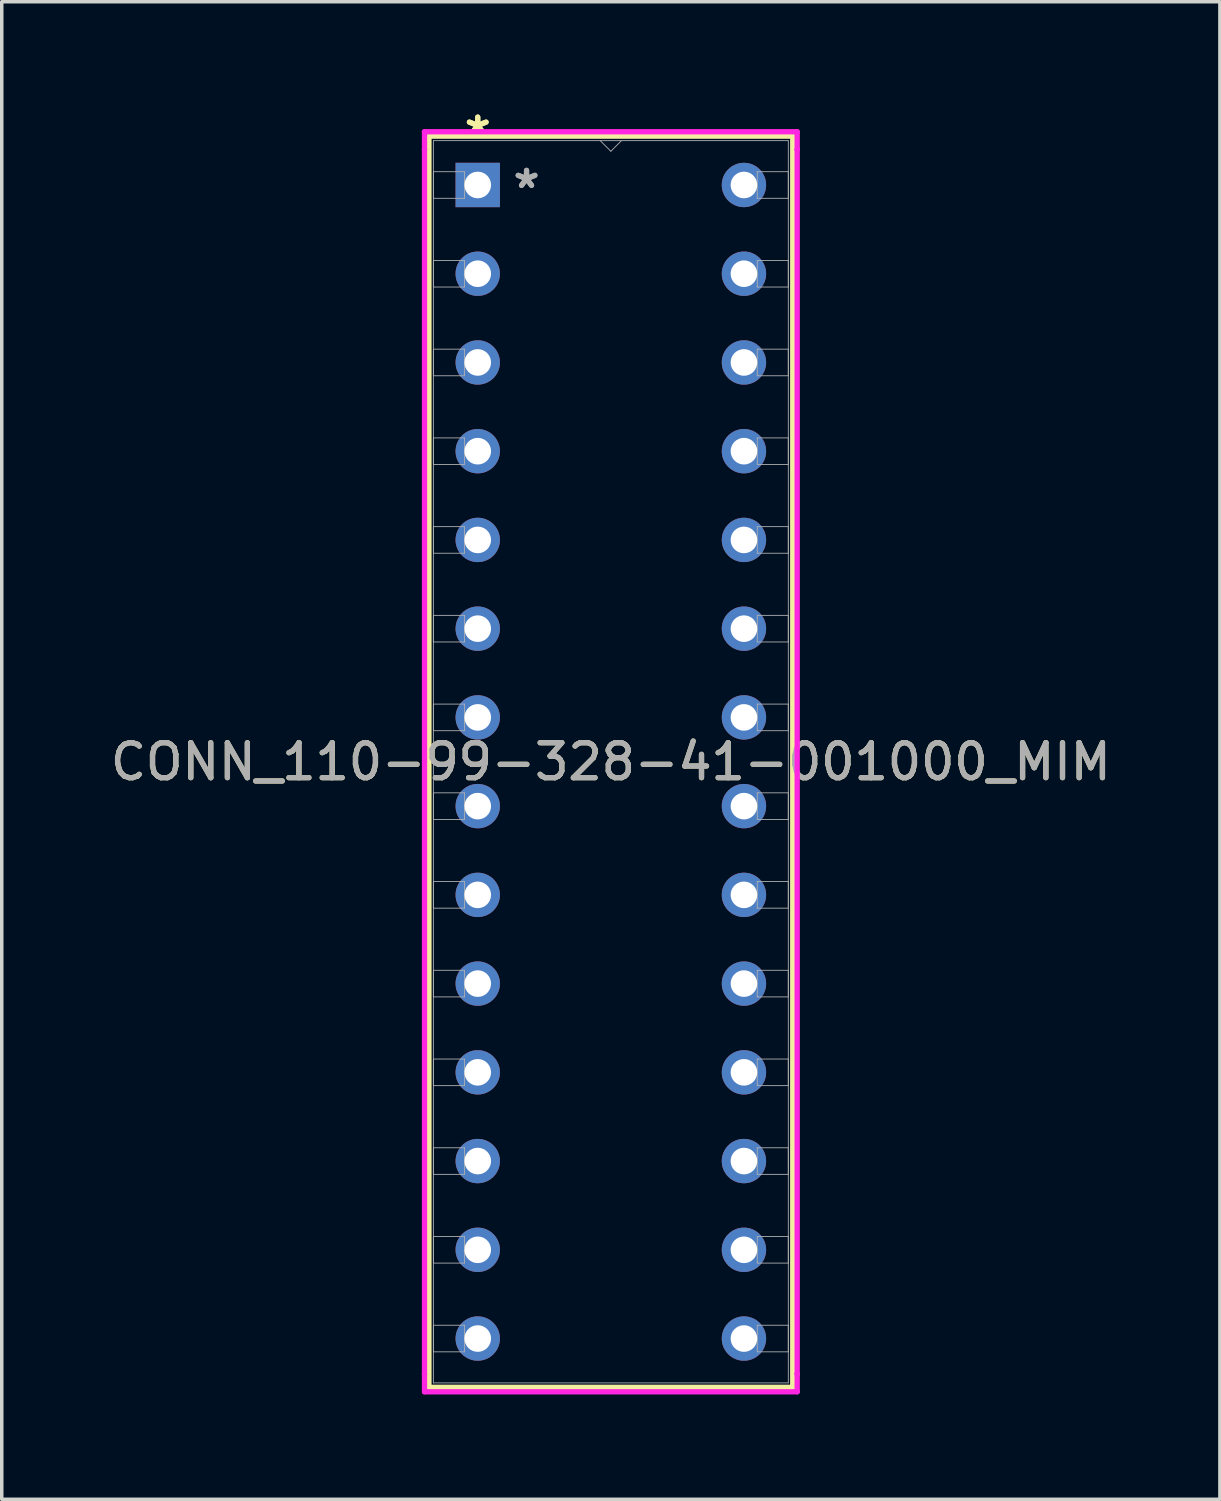
<source format=kicad_pcb>
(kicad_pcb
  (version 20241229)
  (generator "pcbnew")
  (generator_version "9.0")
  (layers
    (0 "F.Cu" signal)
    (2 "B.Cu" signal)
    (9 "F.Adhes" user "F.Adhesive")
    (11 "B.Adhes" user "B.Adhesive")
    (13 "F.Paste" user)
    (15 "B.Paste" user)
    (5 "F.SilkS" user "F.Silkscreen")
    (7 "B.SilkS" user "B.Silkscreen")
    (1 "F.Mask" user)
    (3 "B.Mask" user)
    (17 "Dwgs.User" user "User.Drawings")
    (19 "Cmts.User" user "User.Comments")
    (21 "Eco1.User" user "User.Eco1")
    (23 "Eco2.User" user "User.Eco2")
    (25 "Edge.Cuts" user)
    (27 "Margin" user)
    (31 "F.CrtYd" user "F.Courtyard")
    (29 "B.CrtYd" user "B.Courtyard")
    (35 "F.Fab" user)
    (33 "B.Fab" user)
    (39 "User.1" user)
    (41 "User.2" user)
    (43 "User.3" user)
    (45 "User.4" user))
  (footprint "CONN_110-99-328-41-001000_MIM"
    (layer "F.Cu")
    (at 10.625 2.245)
    (property "Reference" "CONN_110-99-328-41-001000_MIM" (at 3.81 16.51 0) (unlocked yes) (layer "F.SilkS") (effects (font (size 1 1) (thickness 0.15))))
    (attr through_hole)
    (fp_line (start -1.397 -1.397) (end -1.397 34.417) (stroke (width 0.152) (type solid)) (layer "F.SilkS"))
    (fp_line (start -1.397 34.417) (end 9.017 34.417) (stroke (width 0.152) (type solid)) (layer "F.SilkS"))
    (fp_line (start 9.017 -1.397) (end -1.397 -1.397) (stroke (width 0.152) (type solid)) (layer "F.SilkS"))
    (fp_line (start 9.017 34.417) (end 9.017 -1.397) (stroke (width 0.152) (type solid)) (layer "F.SilkS"))
    (fp_line (start -1.524 -1.524) (end 9.144 -1.524) (stroke (width 0.152) (type solid)) (layer "F.CrtYd"))
    (fp_line (start -1.524 -1.016) (end -1.524 -1.524) (stroke (width 0.152) (type solid)) (layer "F.CrtYd"))
    (fp_line (start -1.524 -1.016) (end -1.524 -1.016) (stroke (width 0.152) (type solid)) (layer "F.CrtYd"))
    (fp_line (start -1.524 34.036) (end -1.524 -1.016) (stroke (width 0.152) (type solid)) (layer "F.CrtYd"))
    (fp_line (start -1.524 34.036) (end -1.524 34.036) (stroke (width 0.152) (type solid)) (layer "F.CrtYd"))
    (fp_line (start -1.524 34.544) (end -1.524 34.036) (stroke (width 0.152) (type solid)) (layer "F.CrtYd"))
    (fp_line (start 9.144 -1.524) (end 9.144 -1.016) (stroke (width 0.152) (type solid)) (layer "F.CrtYd"))
    (fp_line (start 9.144 -1.016) (end 9.144 -1.016) (stroke (width 0.152) (type solid)) (layer "F.CrtYd"))
    (fp_line (start 9.144 -1.016) (end 9.144 34.036) (stroke (width 0.152) (type solid)) (layer "F.CrtYd"))
    (fp_line (start 9.144 34.036) (end 9.144 34.036) (stroke (width 0.152) (type solid)) (layer "F.CrtYd"))
    (fp_line (start 9.144 34.036) (end 9.144 34.544) (stroke (width 0.152) (type solid)) (layer "F.CrtYd"))
    (fp_line (start 9.144 34.544) (end -1.524 34.544) (stroke (width 0.152) (type solid)) (layer "F.CrtYd"))
    (fp_line (start -1.27 -1.27) (end -1.27 34.29) (stroke (width 0.025) (type solid)) (layer "F.Fab"))
    (fp_line (start -1.27 -0.381) (end -0.381 -0.381) (stroke (width 0.025) (type solid)) (layer "F.Fab"))
    (fp_line (start -1.27 0.381) (end -1.27 -0.381) (stroke (width 0.025) (type solid)) (layer "F.Fab"))
    (fp_line (start -1.27 2.159) (end -0.381 2.159) (stroke (width 0.025) (type solid)) (layer "F.Fab"))
    (fp_line (start -1.27 2.921) (end -1.27 2.159) (stroke (width 0.025) (type solid)) (layer "F.Fab"))
    (fp_line (start -1.27 4.699) (end -0.381 4.699) (stroke (width 0.025) (type solid)) (layer "F.Fab"))
    (fp_line (start -1.27 5.461) (end -1.27 4.699) (stroke (width 0.025) (type solid)) (layer "F.Fab"))
    (fp_line (start -1.27 7.239) (end -0.381 7.239) (stroke (width 0.025) (type solid)) (layer "F.Fab"))
    (fp_line (start -1.27 8.001) (end -1.27 7.239) (stroke (width 0.025) (type solid)) (layer "F.Fab"))
    (fp_line (start -1.27 9.779) (end -0.381 9.779) (stroke (width 0.025) (type solid)) (layer "F.Fab"))
    (fp_line (start -1.27 10.541) (end -1.27 9.779) (stroke (width 0.025) (type solid)) (layer "F.Fab"))
    (fp_line (start -1.27 12.319) (end -0.381 12.319) (stroke (width 0.025) (type solid)) (layer "F.Fab"))
    (fp_line (start -1.27 13.081) (end -1.27 12.319) (stroke (width 0.025) (type solid)) (layer "F.Fab"))
    (fp_line (start -1.27 14.859) (end -0.381 14.859) (stroke (width 0.025) (type solid)) (layer "F.Fab"))
    (fp_line (start -1.27 15.621) (end -1.27 14.859) (stroke (width 0.025) (type solid)) (layer "F.Fab"))
    (fp_line (start -1.27 17.399) (end -0.381 17.399) (stroke (width 0.025) (type solid)) (layer "F.Fab"))
    (fp_line (start -1.27 18.161) (end -1.27 17.399) (stroke (width 0.025) (type solid)) (layer "F.Fab"))
    (fp_line (start -1.27 19.939) (end -0.381 19.939) (stroke (width 0.025) (type solid)) (layer "F.Fab"))
    (fp_line (start -1.27 20.701) (end -1.27 19.939) (stroke (width 0.025) (type solid)) (layer "F.Fab"))
    (fp_line (start -1.27 22.479) (end -0.381 22.479) (stroke (width 0.025) (type solid)) (layer "F.Fab"))
    (fp_line (start -1.27 23.241) (end -1.27 22.479) (stroke (width 0.025) (type solid)) (layer "F.Fab"))
    (fp_line (start -1.27 25.019) (end -0.381 25.019) (stroke (width 0.025) (type solid)) (layer "F.Fab"))
    (fp_line (start -1.27 25.781) (end -1.27 25.019) (stroke (width 0.025) (type solid)) (layer "F.Fab"))
    (fp_line (start -1.27 27.559) (end -0.381 27.559) (stroke (width 0.025) (type solid)) (layer "F.Fab"))
    (fp_line (start -1.27 28.321) (end -1.27 27.559) (stroke (width 0.025) (type solid)) (layer "F.Fab"))
    (fp_line (start -1.27 30.099) (end -0.381 30.099) (stroke (width 0.025) (type solid)) (layer "F.Fab"))
    (fp_line (start -1.27 30.861) (end -1.27 30.099) (stroke (width 0.025) (type solid)) (layer "F.Fab"))
    (fp_line (start -1.27 32.639) (end -0.381 32.639) (stroke (width 0.025) (type solid)) (layer "F.Fab"))
    (fp_line (start -1.27 33.401) (end -1.27 32.639) (stroke (width 0.025) (type solid)) (layer "F.Fab"))
    (fp_line (start -1.27 34.29) (end 8.89 34.29) (stroke (width 0.025) (type solid)) (layer "F.Fab"))
    (fp_line (start -0.381 -0.381) (end -0.381 0.381) (stroke (width 0.025) (type solid)) (layer "F.Fab"))
    (fp_line (start -0.381 0.381) (end -1.27 0.381) (stroke (width 0.025) (type solid)) (layer "F.Fab"))
    (fp_line (start -0.381 2.159) (end -0.381 2.921) (stroke (width 0.025) (type solid)) (layer "F.Fab"))
    (fp_line (start -0.381 2.921) (end -1.27 2.921) (stroke (width 0.025) (type solid)) (layer "F.Fab"))
    (fp_line (start -0.381 4.699) (end -0.381 5.461) (stroke (width 0.025) (type solid)) (layer "F.Fab"))
    (fp_line (start -0.381 5.461) (end -1.27 5.461) (stroke (width 0.025) (type solid)) (layer "F.Fab"))
    (fp_line (start -0.381 7.239) (end -0.381 8.001) (stroke (width 0.025) (type solid)) (layer "F.Fab"))
    (fp_line (start -0.381 8.001) (end -1.27 8.001) (stroke (width 0.025) (type solid)) (layer "F.Fab"))
    (fp_line (start -0.381 9.779) (end -0.381 10.541) (stroke (width 0.025) (type solid)) (layer "F.Fab"))
    (fp_line (start -0.381 10.541) (end -1.27 10.541) (stroke (width 0.025) (type solid)) (layer "F.Fab"))
    (fp_line (start -0.381 12.319) (end -0.381 13.081) (stroke (width 0.025) (type solid)) (layer "F.Fab"))
    (fp_line (start -0.381 13.081) (end -1.27 13.081) (stroke (width 0.025) (type solid)) (layer "F.Fab"))
    (fp_line (start -0.381 14.859) (end -0.381 15.621) (stroke (width 0.025) (type solid)) (layer "F.Fab"))
    (fp_line (start -0.381 15.621) (end -1.27 15.621) (stroke (width 0.025) (type solid)) (layer "F.Fab"))
    (fp_line (start -0.381 17.399) (end -0.381 18.161) (stroke (width 0.025) (type solid)) (layer "F.Fab"))
    (fp_line (start -0.381 18.161) (end -1.27 18.161) (stroke (width 0.025) (type solid)) (layer "F.Fab"))
    (fp_line (start -0.381 19.939) (end -0.381 20.701) (stroke (width 0.025) (type solid)) (layer "F.Fab"))
    (fp_line (start -0.381 20.701) (end -1.27 20.701) (stroke (width 0.025) (type solid)) (layer "F.Fab"))
    (fp_line (start -0.381 22.479) (end -0.381 23.241) (stroke (width 0.025) (type solid)) (layer "F.Fab"))
    (fp_line (start -0.381 23.241) (end -1.27 23.241) (stroke (width 0.025) (type solid)) (layer "F.Fab"))
    (fp_line (start -0.381 25.019) (end -0.381 25.781) (stroke (width 0.025) (type solid)) (layer "F.Fab"))
    (fp_line (start -0.381 25.781) (end -1.27 25.781) (stroke (width 0.025) (type solid)) (layer "F.Fab"))
    (fp_line (start -0.381 27.559) (end -0.381 28.321) (stroke (width 0.025) (type solid)) (layer "F.Fab"))
    (fp_line (start -0.381 28.321) (end -1.27 28.321) (stroke (width 0.025) (type solid)) (layer "F.Fab"))
    (fp_line (start -0.381 30.099) (end -0.381 30.861) (stroke (width 0.025) (type solid)) (layer "F.Fab"))
    (fp_line (start -0.381 30.861) (end -1.27 30.861) (stroke (width 0.025) (type solid)) (layer "F.Fab"))
    (fp_line (start -0.381 32.639) (end -0.381 33.401) (stroke (width 0.025) (type solid)) (layer "F.Fab"))
    (fp_line (start -0.381 33.401) (end -1.27 33.401) (stroke (width 0.025) (type solid)) (layer "F.Fab"))
    (fp_line (start 3.505 -1.27) (end 3.81 -0.965) (stroke (width 0.025) (type solid)) (layer "F.Fab"))
    (fp_line (start 3.81 -0.965) (end 4.115 -1.27) (stroke (width 0.025) (type solid)) (layer "F.Fab"))
    (fp_line (start 8.001 -0.381) (end 8.89 -0.381) (stroke (width 0.025) (type solid)) (layer "F.Fab"))
    (fp_line (start 8.001 0.381) (end 8.001 -0.381) (stroke (width 0.025) (type solid)) (layer "F.Fab"))
    (fp_line (start 8.001 2.159) (end 8.89 2.159) (stroke (width 0.025) (type solid)) (layer "F.Fab"))
    (fp_line (start 8.001 2.921) (end 8.001 2.159) (stroke (width 0.025) (type solid)) (layer "F.Fab"))
    (fp_line (start 8.001 4.699) (end 8.89 4.699) (stroke (width 0.025) (type solid)) (layer "F.Fab"))
    (fp_line (start 8.001 5.461) (end 8.001 4.699) (stroke (width 0.025) (type solid)) (layer "F.Fab"))
    (fp_line (start 8.001 7.239) (end 8.89 7.239) (stroke (width 0.025) (type solid)) (layer "F.Fab"))
    (fp_line (start 8.001 8.001) (end 8.001 7.239) (stroke (width 0.025) (type solid)) (layer "F.Fab"))
    (fp_line (start 8.001 9.779) (end 8.89 9.779) (stroke (width 0.025) (type solid)) (layer "F.Fab"))
    (fp_line (start 8.001 10.541) (end 8.001 9.779) (stroke (width 0.025) (type solid)) (layer "F.Fab"))
    (fp_line (start 8.001 12.319) (end 8.89 12.319) (stroke (width 0.025) (type solid)) (layer "F.Fab"))
    (fp_line (start 8.001 13.081) (end 8.001 12.319) (stroke (width 0.025) (type solid)) (layer "F.Fab"))
    (fp_line (start 8.001 14.859) (end 8.89 14.859) (stroke (width 0.025) (type solid)) (layer "F.Fab"))
    (fp_line (start 8.001 15.621) (end 8.001 14.859) (stroke (width 0.025) (type solid)) (layer "F.Fab"))
    (fp_line (start 8.001 17.399) (end 8.89 17.399) (stroke (width 0.025) (type solid)) (layer "F.Fab"))
    (fp_line (start 8.001 18.161) (end 8.001 17.399) (stroke (width 0.025) (type solid)) (layer "F.Fab"))
    (fp_line (start 8.001 19.939) (end 8.89 19.939) (stroke (width 0.025) (type solid)) (layer "F.Fab"))
    (fp_line (start 8.001 20.701) (end 8.001 19.939) (stroke (width 0.025) (type solid)) (layer "F.Fab"))
    (fp_line (start 8.001 22.479) (end 8.89 22.479) (stroke (width 0.025) (type solid)) (layer "F.Fab"))
    (fp_line (start 8.001 23.241) (end 8.001 22.479) (stroke (width 0.025) (type solid)) (layer "F.Fab"))
    (fp_line (start 8.001 25.019) (end 8.89 25.019) (stroke (width 0.025) (type solid)) (layer "F.Fab"))
    (fp_line (start 8.001 25.781) (end 8.001 25.019) (stroke (width 0.025) (type solid)) (layer "F.Fab"))
    (fp_line (start 8.001 27.559) (end 8.89 27.559) (stroke (width 0.025) (type solid)) (layer "F.Fab"))
    (fp_line (start 8.001 28.321) (end 8.001 27.559) (stroke (width 0.025) (type solid)) (layer "F.Fab"))
    (fp_line (start 8.001 30.099) (end 8.89 30.099) (stroke (width 0.025) (type solid)) (layer "F.Fab"))
    (fp_line (start 8.001 30.861) (end 8.001 30.099) (stroke (width 0.025) (type solid)) (layer "F.Fab"))
    (fp_line (start 8.001 32.639) (end 8.89 32.639) (stroke (width 0.025) (type solid)) (layer "F.Fab"))
    (fp_line (start 8.001 33.401) (end 8.001 32.639) (stroke (width 0.025) (type solid)) (layer "F.Fab"))
    (fp_line (start 8.89 -1.27) (end -1.27 -1.27) (stroke (width 0.025) (type solid)) (layer "F.Fab"))
    (fp_line (start 8.89 -0.381) (end 8.89 0.381) (stroke (width 0.025) (type solid)) (layer "F.Fab"))
    (fp_line (start 8.89 0.381) (end 8.001 0.381) (stroke (width 0.025) (type solid)) (layer "F.Fab"))
    (fp_line (start 8.89 2.159) (end 8.89 2.921) (stroke (width 0.025) (type solid)) (layer "F.Fab"))
    (fp_line (start 8.89 2.921) (end 8.001 2.921) (stroke (width 0.025) (type solid)) (layer "F.Fab"))
    (fp_line (start 8.89 4.699) (end 8.89 5.461) (stroke (width 0.025) (type solid)) (layer "F.Fab"))
    (fp_line (start 8.89 5.461) (end 8.001 5.461) (stroke (width 0.025) (type solid)) (layer "F.Fab"))
    (fp_line (start 8.89 7.239) (end 8.89 8.001) (stroke (width 0.025) (type solid)) (layer "F.Fab"))
    (fp_line (start 8.89 8.001) (end 8.001 8.001) (stroke (width 0.025) (type solid)) (layer "F.Fab"))
    (fp_line (start 8.89 9.779) (end 8.89 10.541) (stroke (width 0.025) (type solid)) (layer "F.Fab"))
    (fp_line (start 8.89 10.541) (end 8.001 10.541) (stroke (width 0.025) (type solid)) (layer "F.Fab"))
    (fp_line (start 8.89 12.319) (end 8.89 13.081) (stroke (width 0.025) (type solid)) (layer "F.Fab"))
    (fp_line (start 8.89 13.081) (end 8.001 13.081) (stroke (width 0.025) (type solid)) (layer "F.Fab"))
    (fp_line (start 8.89 14.859) (end 8.89 15.621) (stroke (width 0.025) (type solid)) (layer "F.Fab"))
    (fp_line (start 8.89 15.621) (end 8.001 15.621) (stroke (width 0.025) (type solid)) (layer "F.Fab"))
    (fp_line (start 8.89 17.399) (end 8.89 18.161) (stroke (width 0.025) (type solid)) (layer "F.Fab"))
    (fp_line (start 8.89 18.161) (end 8.001 18.161) (stroke (width 0.025) (type solid)) (layer "F.Fab"))
    (fp_line (start 8.89 19.939) (end 8.89 20.701) (stroke (width 0.025) (type solid)) (layer "F.Fab"))
    (fp_line (start 8.89 20.701) (end 8.001 20.701) (stroke (width 0.025) (type solid)) (layer "F.Fab"))
    (fp_line (start 8.89 22.479) (end 8.89 23.241) (stroke (width 0.025) (type solid)) (layer "F.Fab"))
    (fp_line (start 8.89 23.241) (end 8.001 23.241) (stroke (width 0.025) (type solid)) (layer "F.Fab"))
    (fp_line (start 8.89 25.019) (end 8.89 25.781) (stroke (width 0.025) (type solid)) (layer "F.Fab"))
    (fp_line (start 8.89 25.781) (end 8.001 25.781) (stroke (width 0.025) (type solid)) (layer "F.Fab"))
    (fp_line (start 8.89 27.559) (end 8.89 28.321) (stroke (width 0.025) (type solid)) (layer "F.Fab"))
    (fp_line (start 8.89 28.321) (end 8.001 28.321) (stroke (width 0.025) (type solid)) (layer "F.Fab"))
    (fp_line (start 8.89 30.099) (end 8.89 30.861) (stroke (width 0.025) (type solid)) (layer "F.Fab"))
    (fp_line (start 8.89 30.861) (end 8.001 30.861) (stroke (width 0.025) (type solid)) (layer "F.Fab"))
    (fp_line (start 8.89 32.639) (end 8.89 33.401) (stroke (width 0.025) (type solid)) (layer "F.Fab"))
    (fp_line (start 8.89 33.401) (end 8.001 33.401) (stroke (width 0.025) (type solid)) (layer "F.Fab"))
    (fp_line (start 8.89 34.29) (end 8.89 -1.27) (stroke (width 0.025) (type solid)) (layer "F.Fab"))
    (fp_text user "*" (at 0 -1.397 0) (unlocked yes) (layer "F.SilkS") (effects (font (size 1 1) (thickness 0.15))))
    (fp_text user "*" (at 0 -1.397 0) (layer "F.SilkS") (effects (font (size 1 1) (thickness 0.15))))
    (fp_text user "*" (at 1.397 0.127 0) (layer "F.Fab") (effects (font (size 1 1) (thickness 0.15))))
    (fp_text user "*" (at 1.397 0.127 0) (unlocked yes) (layer "F.Fab") (effects (font (size 1 1) (thickness 0.15))))
    (fp_text user "${REFERENCE}" (at 3.81 16.51 0) (unlocked yes) (layer "F.Fab") (effects (font (size 1 1) (thickness 0.15))))
    (pad "1" thru_hole rect (at 0 0) (size 1.27 1.27) (drill 0.762) (layers "*.Cu" "*.Mask"))
    (pad "2" thru_hole circle (at 0 2.54) (size 1.27 1.27) (drill 0.762) (layers "*.Cu" "*.Mask"))
    (pad "3" thru_hole circle (at 0 5.08) (size 1.27 1.27) (drill 0.762) (layers "*.Cu" "*.Mask"))
    (pad "4" thru_hole circle (at 0 7.62) (size 1.27 1.27) (drill 0.762) (layers "*.Cu" "*.Mask"))
    (pad "5" thru_hole circle (at 0 10.16) (size 1.27 1.27) (drill 0.762) (layers "*.Cu" "*.Mask"))
    (pad "6" thru_hole circle (at 0 12.7) (size 1.27 1.27) (drill 0.762) (layers "*.Cu" "*.Mask"))
    (pad "7" thru_hole circle (at 0 15.24) (size 1.27 1.27) (drill 0.762) (layers "*.Cu" "*.Mask"))
    (pad "8" thru_hole circle (at 0 17.78) (size 1.27 1.27) (drill 0.762) (layers "*.Cu" "*.Mask"))
    (pad "9" thru_hole circle (at 0 20.32) (size 1.27 1.27) (drill 0.762) (layers "*.Cu" "*.Mask"))
    (pad "10" thru_hole circle (at 0 22.86) (size 1.27 1.27) (drill 0.762) (layers "*.Cu" "*.Mask"))
    (pad "11" thru_hole circle (at 0 25.4) (size 1.27 1.27) (drill 0.762) (layers "*.Cu" "*.Mask"))
    (pad "12" thru_hole circle (at 0 27.94) (size 1.27 1.27) (drill 0.762) (layers "*.Cu" "*.Mask"))
    (pad "13" thru_hole circle (at 0 30.48) (size 1.27 1.27) (drill 0.762) (layers "*.Cu" "*.Mask"))
    (pad "14" thru_hole circle (at 0 33.02) (size 1.27 1.27) (drill 0.762) (layers "*.Cu" "*.Mask"))
    (pad "15" thru_hole circle (at 7.62 33.02) (size 1.27 1.27) (drill 0.762) (layers "*.Cu" "*.Mask"))
    (pad "16" thru_hole circle (at 7.62 30.48) (size 1.27 1.27) (drill 0.762) (layers "*.Cu" "*.Mask"))
    (pad "17" thru_hole circle (at 7.62 27.94) (size 1.27 1.27) (drill 0.762) (layers "*.Cu" "*.Mask"))
    (pad "18" thru_hole circle (at 7.62 25.4) (size 1.27 1.27) (drill 0.762) (layers "*.Cu" "*.Mask"))
    (pad "19" thru_hole circle (at 7.62 22.86) (size 1.27 1.27) (drill 0.762) (layers "*.Cu" "*.Mask"))
    (pad "20" thru_hole circle (at 7.62 20.32) (size 1.27 1.27) (drill 0.762) (layers "*.Cu" "*.Mask"))
    (pad "21" thru_hole circle (at 7.62 17.78) (size 1.27 1.27) (drill 0.762) (layers "*.Cu" "*.Mask"))
    (pad "22" thru_hole circle (at 7.62 15.24) (size 1.27 1.27) (drill 0.762) (layers "*.Cu" "*.Mask"))
    (pad "23" thru_hole circle (at 7.62 12.7) (size 1.27 1.27) (drill 0.762) (layers "*.Cu" "*.Mask"))
    (pad "24" thru_hole circle (at 7.62 10.16) (size 1.27 1.27) (drill 0.762) (layers "*.Cu" "*.Mask"))
    (pad "25" thru_hole circle (at 7.62 7.62) (size 1.27 1.27) (drill 0.762) (layers "*.Cu" "*.Mask"))
    (pad "26" thru_hole circle (at 7.62 5.08) (size 1.27 1.27) (drill 0.762) (layers "*.Cu" "*.Mask"))
    (pad "27" thru_hole circle (at 7.62 2.54) (size 1.27 1.27) (drill 0.762) (layers "*.Cu" "*.Mask"))
    (pad "28" thru_hole circle (at 7.62 0) (size 1.27 1.27) (drill 0.762) (layers "*.Cu" "*.Mask")))
  (gr_rect
    (start -3 -3)
    (end 31.869 39.865)
    (stroke (width 0.1) (type default))
    (fill no)
    (layer "Edge.Cuts")))
</source>
